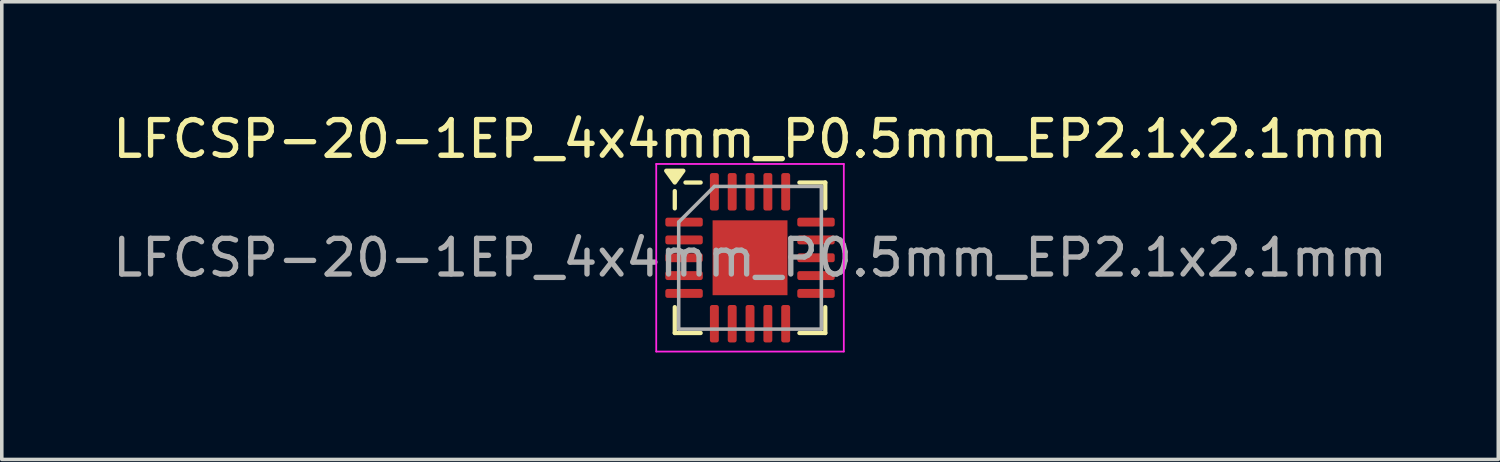
<source format=kicad_pcb>
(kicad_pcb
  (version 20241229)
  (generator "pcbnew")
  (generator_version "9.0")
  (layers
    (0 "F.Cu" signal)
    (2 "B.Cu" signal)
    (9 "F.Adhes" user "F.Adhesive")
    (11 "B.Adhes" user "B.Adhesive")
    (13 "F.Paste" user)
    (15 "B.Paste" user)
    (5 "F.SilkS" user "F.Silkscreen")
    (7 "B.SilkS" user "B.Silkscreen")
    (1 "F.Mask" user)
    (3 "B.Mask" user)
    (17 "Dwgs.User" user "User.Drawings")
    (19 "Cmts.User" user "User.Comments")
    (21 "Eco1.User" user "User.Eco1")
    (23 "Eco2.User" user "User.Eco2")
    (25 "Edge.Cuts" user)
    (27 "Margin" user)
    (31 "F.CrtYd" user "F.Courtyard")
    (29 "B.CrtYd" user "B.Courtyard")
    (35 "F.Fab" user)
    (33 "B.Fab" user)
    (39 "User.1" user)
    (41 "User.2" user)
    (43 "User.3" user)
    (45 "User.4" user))
  (footprint "LFCSP-20-1EP_4x4mm_P0.5mm_EP2.1x2.1mm"
    (layer "F.Cu")
    (at 17.982 4.178)
    (property "Reference" "LFCSP-20-1EP_4x4mm_P0.5mm_EP2.1x2.1mm" (at 0 -3.33 0) (layer "F.SilkS") (effects (font (size 1 1) (thickness 0.15))))
    (attr smd)
    (fp_line (start -2.11 -1.385) (end -2.11 -1.87) (stroke (width 0.12) (type solid)) (layer "F.SilkS"))
    (fp_line (start -2.11 2.11) (end -2.11 1.385) (stroke (width 0.12) (type solid)) (layer "F.SilkS"))
    (fp_line (start -1.385 -2.11) (end -1.81 -2.11) (stroke (width 0.12) (type solid)) (layer "F.SilkS"))
    (fp_line (start -1.385 2.11) (end -2.11 2.11) (stroke (width 0.12) (type solid)) (layer "F.SilkS"))
    (fp_line (start 1.385 -2.11) (end 2.11 -2.11) (stroke (width 0.12) (type solid)) (layer "F.SilkS"))
    (fp_line (start 1.385 2.11) (end 2.11 2.11) (stroke (width 0.12) (type solid)) (layer "F.SilkS"))
    (fp_line (start 2.11 -2.11) (end 2.11 -1.385) (stroke (width 0.12) (type solid)) (layer "F.SilkS"))
    (fp_line (start 2.11 2.11) (end 2.11 1.385) (stroke (width 0.12) (type solid)) (layer "F.SilkS"))
    (fp_poly (pts (xy -2.11 -2.11) (xy -2.35 -2.44) (xy -1.87 -2.44) (xy -2.11 -2.11)) (stroke (width 0.12) (type solid)) (fill yes) (layer "F.SilkS"))
    (fp_line (start -2.63 -2.63) (end -2.63 2.63) (stroke (width 0.05) (type solid)) (layer "F.CrtYd"))
    (fp_line (start -2.63 2.63) (end 2.63 2.63) (stroke (width 0.05) (type solid)) (layer "F.CrtYd"))
    (fp_line (start 2.63 -2.63) (end -2.63 -2.63) (stroke (width 0.05) (type solid)) (layer "F.CrtYd"))
    (fp_line (start 2.63 2.63) (end 2.63 -2.63) (stroke (width 0.05) (type solid)) (layer "F.CrtYd"))
    (fp_line (start -2 -1) (end -1 -2) (stroke (width 0.1) (type solid)) (layer "F.Fab"))
    (fp_line (start -2 2) (end -2 -1) (stroke (width 0.1) (type solid)) (layer "F.Fab"))
    (fp_line (start -1 -2) (end 2 -2) (stroke (width 0.1) (type solid)) (layer "F.Fab"))
    (fp_line (start 2 -2) (end 2 2) (stroke (width 0.1) (type solid)) (layer "F.Fab"))
    (fp_line (start 2 2) (end -2 2) (stroke (width 0.1) (type solid)) (layer "F.Fab"))
    (fp_text user "${REFERENCE}" (at 0 0 0) (layer "F.Fab") (effects (font (size 1 1) (thickness 0.15))))
    (pad "" smd roundrect (at -0.525 -0.525) (size 0.85 0.85) (layers "F.Paste") (roundrect_rratio 0.25))
    (pad "" smd roundrect (at -0.525 0.525) (size 0.85 0.85) (layers "F.Paste") (roundrect_rratio 0.25))
    (pad "" smd roundrect (at 0.525 -0.525) (size 0.85 0.85) (layers "F.Paste") (roundrect_rratio 0.25))
    (pad "" smd roundrect (at 0.525 0.525) (size 0.85 0.85) (layers "F.Paste") (roundrect_rratio 0.25))
    (pad "1" smd roundrect (at -1.85 -1) (size 1.05 0.25) (layers "F.Cu" "F.Mask" "F.Paste") (roundrect_rratio 0.25))
    (pad "2" smd roundrect (at -1.85 -0.5) (size 1.05 0.25) (layers "F.Cu" "F.Mask" "F.Paste") (roundrect_rratio 0.25))
    (pad "3" smd roundrect (at -1.85 0) (size 1.05 0.25) (layers "F.Cu" "F.Mask" "F.Paste") (roundrect_rratio 0.25))
    (pad "4" smd roundrect (at -1.85 0.5) (size 1.05 0.25) (layers "F.Cu" "F.Mask" "F.Paste") (roundrect_rratio 0.25))
    (pad "5" smd roundrect (at -1.85 1) (size 1.05 0.25) (layers "F.Cu" "F.Mask" "F.Paste") (roundrect_rratio 0.25))
    (pad "6" smd roundrect (at -1 1.85) (size 0.25 1.05) (layers "F.Cu" "F.Mask" "F.Paste") (roundrect_rratio 0.25))
    (pad "7" smd roundrect (at -0.5 1.85) (size 0.25 1.05) (layers "F.Cu" "F.Mask" "F.Paste") (roundrect_rratio 0.25))
    (pad "8" smd roundrect (at 0 1.85) (size 0.25 1.05) (layers "F.Cu" "F.Mask" "F.Paste") (roundrect_rratio 0.25))
    (pad "9" smd roundrect (at 0.5 1.85) (size 0.25 1.05) (layers "F.Cu" "F.Mask" "F.Paste") (roundrect_rratio 0.25))
    (pad "10" smd roundrect (at 1 1.85) (size 0.25 1.05) (layers "F.Cu" "F.Mask" "F.Paste") (roundrect_rratio 0.25))
    (pad "11" smd roundrect (at 1.85 1) (size 1.05 0.25) (layers "F.Cu" "F.Mask" "F.Paste") (roundrect_rratio 0.25))
    (pad "12" smd roundrect (at 1.85 0.5) (size 1.05 0.25) (layers "F.Cu" "F.Mask" "F.Paste") (roundrect_rratio 0.25))
    (pad "13" smd roundrect (at 1.85 0) (size 1.05 0.25) (layers "F.Cu" "F.Mask" "F.Paste") (roundrect_rratio 0.25))
    (pad "14" smd roundrect (at 1.85 -0.5) (size 1.05 0.25) (layers "F.Cu" "F.Mask" "F.Paste") (roundrect_rratio 0.25))
    (pad "15" smd roundrect (at 1.85 -1) (size 1.05 0.25) (layers "F.Cu" "F.Mask" "F.Paste") (roundrect_rratio 0.25))
    (pad "16" smd roundrect (at 1 -1.85) (size 0.25 1.05) (layers "F.Cu" "F.Mask" "F.Paste") (roundrect_rratio 0.25))
    (pad "17" smd roundrect (at 0.5 -1.85) (size 0.25 1.05) (layers "F.Cu" "F.Mask" "F.Paste") (roundrect_rratio 0.25))
    (pad "18" smd roundrect (at 0 -1.85) (size 0.25 1.05) (layers "F.Cu" "F.Mask" "F.Paste") (roundrect_rratio 0.25))
    (pad "19" smd roundrect (at -0.5 -1.85) (size 0.25 1.05) (layers "F.Cu" "F.Mask" "F.Paste") (roundrect_rratio 0.25))
    (pad "20" smd roundrect (at -1 -1.85) (size 0.25 1.05) (layers "F.Cu" "F.Mask" "F.Paste") (roundrect_rratio 0.25))
    (pad "21" smd rect (at 0 0) (size 2.1 2.1) (property pad_prop_heatsink) (layers "F.Cu" "F.Mask")))
  (gr_rect
    (start -3 -3)
    (end 38.964 9.833)
    (stroke (width 0.1) (type default))
    (fill no)
    (layer "Edge.Cuts")))
</source>
